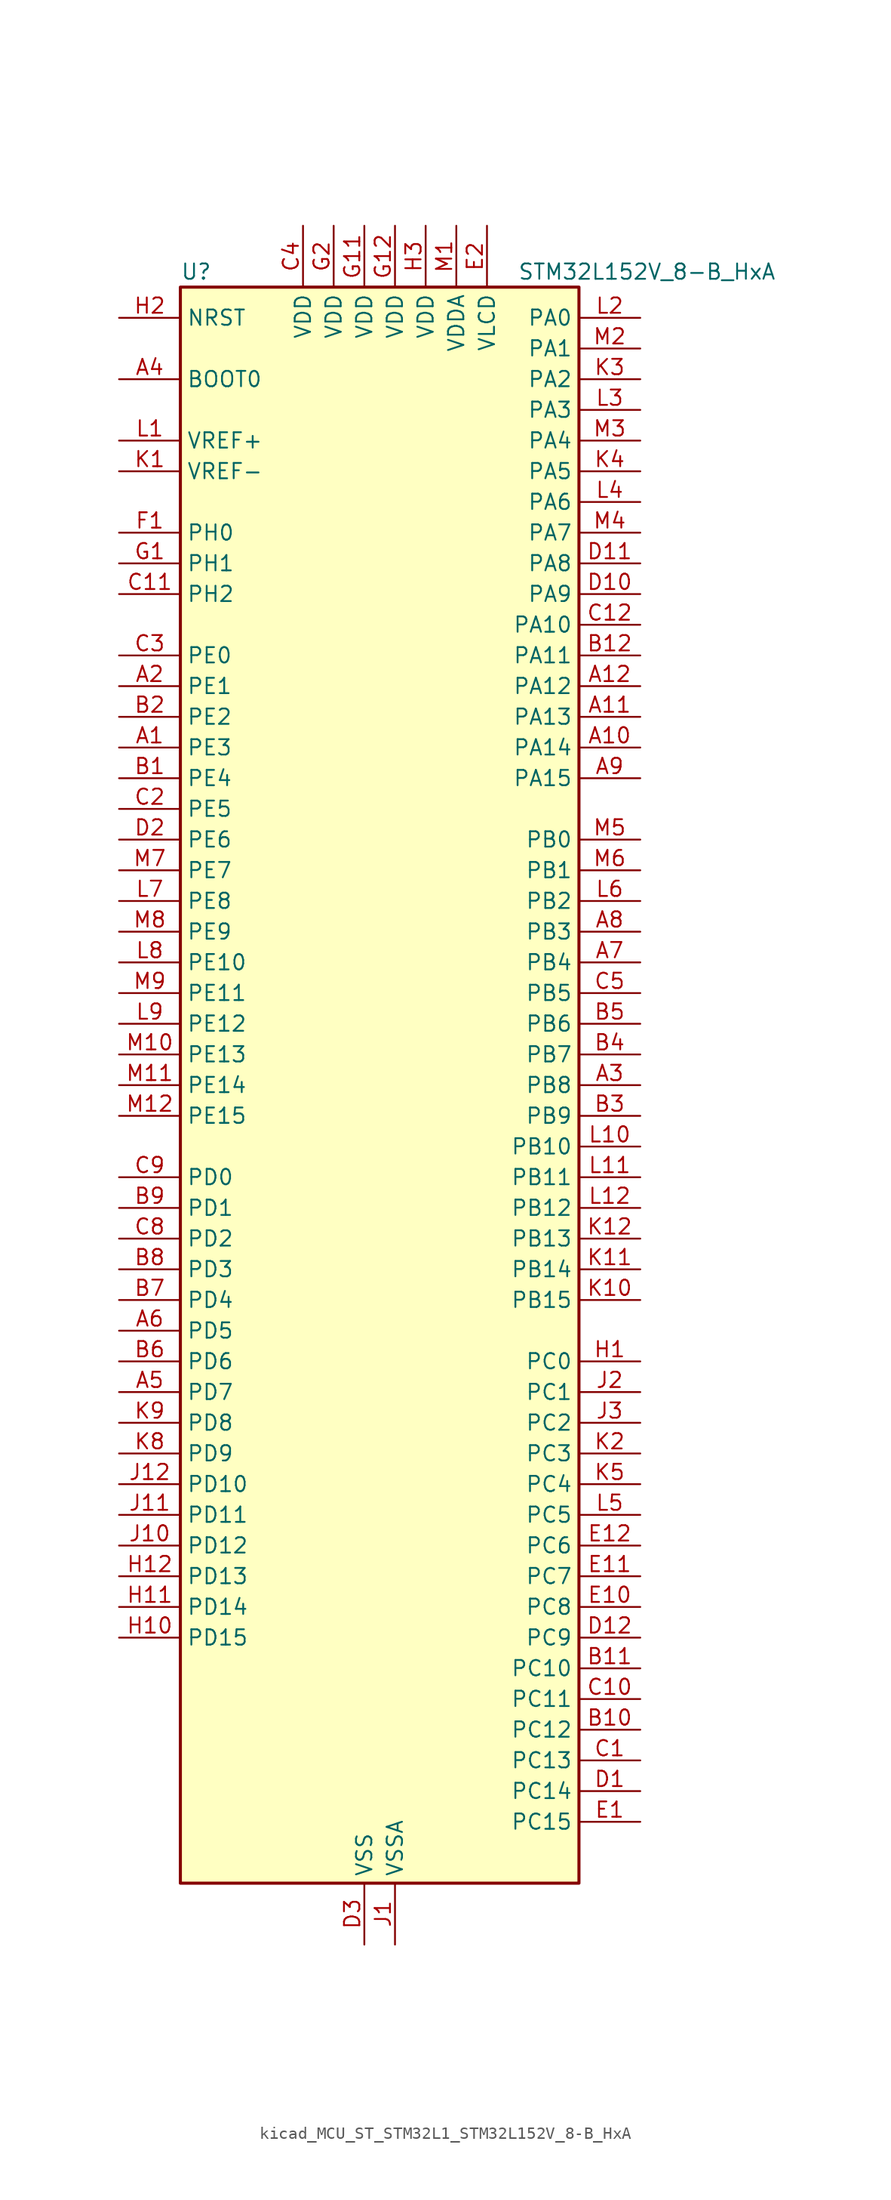
<source format=kicad_sym>
(kicad_symbol_lib
  (version 20220914)
  (generator kicad_symbol_editor)
  (symbol "kicad_MCU_ST_STM32L1_STM32L152V_8-B_HxA"
    (property "Reference" "U"
      (at -15.24 67.31 0)
      (effects (font (size 1.27 1.27)) (justify left)))
    (property "Value" "STM32L152V_8-B_HxA"
      (at 12.7 67.31 0)
      (effects (font (size 1.27 1.27)) (justify left)))
    (property "ki_locked" ""
      (at 0 0 0)
      (effects (font (size 1.27 1.27))))
    (symbol "kicad_MCU_ST_STM32L1_STM32L152V_8-B_HxA_0_1"
      (rectangle (start -15.24 -66.04) (end 17.78 66.04) (stroke (width 0.254) (type default)) (fill (type background))))
    (symbol "kicad_MCU_ST_STM32L1_STM32L152V_8-B_HxA_1_1"
      (pin bidirectional line (at -20.32 27.94 0) (length 5.08) (name "PE3" (effects (font (size 1.27 1.27)))) (number "A1" (effects (font (size 1.27 1.27)))) (alternate "LCD_SEG39" bidirectional line) (alternate "SYS_TRACED0" bidirectional line) (alternate "TIM3_CH1" bidirectional line) (alternate "TIMX_IC4" bidirectional line))
      (pin bidirectional line (at 22.86 27.94 180) (length 5.08) (name "PA14" (effects (font (size 1.27 1.27)))) (number "A10" (effects (font (size 1.27 1.27)))) (alternate "SYS_JTCK-SWCLK" bidirectional line) (alternate "TIMX_IC3" bidirectional line) (alternate "TS_G5_IO2" bidirectional line))
      (pin bidirectional line (at 22.86 30.48 180) (length 5.08) (name "PA13" (effects (font (size 1.27 1.27)))) (number "A11" (effects (font (size 1.27 1.27)))) (alternate "SYS_JTMS-SWDIO" bidirectional line) (alternate "TIMX_IC2" bidirectional line) (alternate "TS_G5_IO1" bidirectional line))
      (pin bidirectional line (at 22.86 33.02 180) (length 5.08) (name "PA12" (effects (font (size 1.27 1.27)))) (number "A12" (effects (font (size 1.27 1.27)))) (alternate "SPI1_MOSI" bidirectional line) (alternate "TIMX_IC1" bidirectional line) (alternate "USART1_RTS" bidirectional line) (alternate "USB_DP" bidirectional line))
      (pin bidirectional line (at -20.32 33.02 0) (length 5.08) (name "PE1" (effects (font (size 1.27 1.27)))) (number "A2" (effects (font (size 1.27 1.27)))) (alternate "LCD_SEG37" bidirectional line) (alternate "TIM11_CH1" bidirectional line) (alternate "TIMX_IC2" bidirectional line))
      (pin bidirectional line (at 22.86 0 180) (length 5.08) (name "PB8" (effects (font (size 1.27 1.27)))) (number "A3" (effects (font (size 1.27 1.27)))) (alternate "I2C1_SCL" bidirectional line) (alternate "LCD_SEG16" bidirectional line) (alternate "TIM10_CH1" bidirectional line) (alternate "TIM4_CH3" bidirectional line))
      (pin input line (at -20.32 58.42 0) (length 5.08) (name "BOOT0" (effects (font (size 1.27 1.27)))) (number "A4" (effects (font (size 1.27 1.27)))))
      (pin bidirectional line (at -20.32 -25.4 0) (length 5.08) (name "PD7" (effects (font (size 1.27 1.27)))) (number "A5" (effects (font (size 1.27 1.27)))) (alternate "TIM9_CH2" bidirectional line) (alternate "TIMX_IC4" bidirectional line) (alternate "USART2_CK" bidirectional line))
      (pin bidirectional line (at -20.32 -20.32 0) (length 5.08) (name "PD5" (effects (font (size 1.27 1.27)))) (number "A6" (effects (font (size 1.27 1.27)))) (alternate "TIMX_IC2" bidirectional line) (alternate "USART2_TX" bidirectional line))
      (pin bidirectional line (at 22.86 10.16 180) (length 5.08) (name "PB4" (effects (font (size 1.27 1.27)))) (number "A7" (effects (font (size 1.27 1.27)))) (alternate "COMP2_INP" bidirectional line) (alternate "LCD_SEG8" bidirectional line) (alternate "SPI1_MISO" bidirectional line) (alternate "SYS_JTRST" bidirectional line) (alternate "TIM3_CH1" bidirectional line) (alternate "TS_G6_IO1" bidirectional line))
      (pin bidirectional line (at 22.86 12.7 180) (length 5.08) (name "PB3" (effects (font (size 1.27 1.27)))) (number "A8" (effects (font (size 1.27 1.27)))) (alternate "COMP2_INM" bidirectional line) (alternate "LCD_SEG7" bidirectional line) (alternate "SPI1_SCK" bidirectional line) (alternate "SYS_JTDO-TRACESWO" bidirectional line) (alternate "TIM2_CH2" bidirectional line))
      (pin bidirectional line (at 22.86 25.4 180) (length 5.08) (name "PA15" (effects (font (size 1.27 1.27)))) (number "A9" (effects (font (size 1.27 1.27)))) (alternate "ADC_EXTI15" bidirectional line) (alternate "LCD_SEG17" bidirectional line) (alternate "SPI1_NSS" bidirectional line) (alternate "SYS_JTDI" bidirectional line) (alternate "TIM2_CH1" bidirectional line) (alternate "TIM2_ETR" bidirectional line) (alternate "TIMX_IC4" bidirectional line) (alternate "TS_G5_IO3" bidirectional line))
      (pin bidirectional line (at -20.32 25.4 0) (length 5.08) (name "PE4" (effects (font (size 1.27 1.27)))) (number "B1" (effects (font (size 1.27 1.27)))) (alternate "SYS_TRACED1" bidirectional line) (alternate "TIM3_CH2" bidirectional line) (alternate "TIMX_IC1" bidirectional line))
      (pin bidirectional line (at 22.86 -53.34 180) (length 5.08) (name "PC12" (effects (font (size 1.27 1.27)))) (number "B10" (effects (font (size 1.27 1.27)))) (alternate "LCD_COM6" bidirectional line) (alternate "LCD_SEG30" bidirectional line) (alternate "LCD_SEG42" bidirectional line) (alternate "TIMX_IC1" bidirectional line) (alternate "USART3_CK" bidirectional line))
      (pin bidirectional line (at 22.86 -48.26 180) (length 5.08) (name "PC10" (effects (font (size 1.27 1.27)))) (number "B11" (effects (font (size 1.27 1.27)))) (alternate "LCD_COM4" bidirectional line) (alternate "LCD_SEG28" bidirectional line) (alternate "LCD_SEG40" bidirectional line) (alternate "TIMX_IC3" bidirectional line) (alternate "USART3_TX" bidirectional line))
      (pin bidirectional line (at 22.86 35.56 180) (length 5.08) (name "PA11" (effects (font (size 1.27 1.27)))) (number "B12" (effects (font (size 1.27 1.27)))) (alternate "ADC_EXTI11" bidirectional line) (alternate "SPI1_MISO" bidirectional line) (alternate "TIMX_IC4" bidirectional line) (alternate "USART1_CTS" bidirectional line) (alternate "USB_DM" bidirectional line))
      (pin bidirectional line (at -20.32 30.48 0) (length 5.08) (name "PE2" (effects (font (size 1.27 1.27)))) (number "B2" (effects (font (size 1.27 1.27)))) (alternate "LCD_SEG38" bidirectional line) (alternate "SYS_TRACECK" bidirectional line) (alternate "TIM3_ETR" bidirectional line) (alternate "TIMX_IC3" bidirectional line))
      (pin bidirectional line (at 22.86 -2.54 180) (length 5.08) (name "PB9" (effects (font (size 1.27 1.27)))) (number "B3" (effects (font (size 1.27 1.27)))) (alternate "DAC_EXTI9" bidirectional line) (alternate "I2C1_SDA" bidirectional line) (alternate "LCD_COM3" bidirectional line) (alternate "TIM11_CH1" bidirectional line) (alternate "TIM4_CH4" bidirectional line))
      (pin bidirectional line (at 22.86 2.54 180) (length 5.08) (name "PB7" (effects (font (size 1.27 1.27)))) (number "B4" (effects (font (size 1.27 1.27)))) (alternate "I2C1_SDA" bidirectional line) (alternate "SYS_PVD_IN" bidirectional line) (alternate "TIM4_CH2" bidirectional line) (alternate "TS_G6_IO4" bidirectional line) (alternate "USART1_RX" bidirectional line))
      (pin bidirectional line (at 22.86 5.08 180) (length 5.08) (name "PB6" (effects (font (size 1.27 1.27)))) (number "B5" (effects (font (size 1.27 1.27)))) (alternate "I2C1_SCL" bidirectional line) (alternate "TIM4_CH1" bidirectional line) (alternate "TS_G6_IO3" bidirectional line) (alternate "USART1_TX" bidirectional line))
      (pin bidirectional line (at -20.32 -22.86 0) (length 5.08) (name "PD6" (effects (font (size 1.27 1.27)))) (number "B6" (effects (font (size 1.27 1.27)))) (alternate "TIMX_IC3" bidirectional line) (alternate "USART2_RX" bidirectional line))
      (pin bidirectional line (at -20.32 -17.78 0) (length 5.08) (name "PD4" (effects (font (size 1.27 1.27)))) (number "B7" (effects (font (size 1.27 1.27)))) (alternate "SPI2_MOSI" bidirectional line) (alternate "TIMX_IC1" bidirectional line) (alternate "USART2_RTS" bidirectional line))
      (pin bidirectional line (at -20.32 -15.24 0) (length 5.08) (name "PD3" (effects (font (size 1.27 1.27)))) (number "B8" (effects (font (size 1.27 1.27)))) (alternate "SPI2_MISO" bidirectional line) (alternate "TIMX_IC4" bidirectional line) (alternate "USART2_CTS" bidirectional line))
      (pin bidirectional line (at -20.32 -10.16 0) (length 5.08) (name "PD1" (effects (font (size 1.27 1.27)))) (number "B9" (effects (font (size 1.27 1.27)))) (alternate "SPI2_SCK" bidirectional line) (alternate "TIMX_IC2" bidirectional line))
      (pin bidirectional line (at 22.86 -55.88 180) (length 5.08) (name "PC13" (effects (font (size 1.27 1.27)))) (number "C1" (effects (font (size 1.27 1.27)))) (alternate "RTC_OUT_ALARM" bidirectional line) (alternate "RTC_OUT_CALIB" bidirectional line) (alternate "RTC_TAMP1" bidirectional line) (alternate "RTC_TS" bidirectional line) (alternate "SYS_WKUP2" bidirectional line) (alternate "TIMX_IC2" bidirectional line))
      (pin bidirectional line (at 22.86 -50.8 180) (length 5.08) (name "PC11" (effects (font (size 1.27 1.27)))) (number "C10" (effects (font (size 1.27 1.27)))) (alternate "ADC_EXTI11" bidirectional line) (alternate "LCD_COM5" bidirectional line) (alternate "LCD_SEG29" bidirectional line) (alternate "LCD_SEG41" bidirectional line) (alternate "TIMX_IC4" bidirectional line) (alternate "USART3_RX" bidirectional line))
      (pin bidirectional line (at -20.32 40.64 0) (length 5.08) (name "PH2" (effects (font (size 1.27 1.27)))) (number "C11" (effects (font (size 1.27 1.27)))))
      (pin bidirectional line (at 22.86 38.1 180) (length 5.08) (name "PA10" (effects (font (size 1.27 1.27)))) (number "C12" (effects (font (size 1.27 1.27)))) (alternate "LCD_COM2" bidirectional line) (alternate "TIMX_IC3" bidirectional line) (alternate "TS_G4_IO3" bidirectional line) (alternate "USART1_RX" bidirectional line))
      (pin bidirectional line (at -20.32 22.86 0) (length 5.08) (name "PE5" (effects (font (size 1.27 1.27)))) (number "C2" (effects (font (size 1.27 1.27)))) (alternate "SYS_TRACED2" bidirectional line) (alternate "TIM9_CH1" bidirectional line) (alternate "TIMX_IC2" bidirectional line))
      (pin bidirectional line (at -20.32 35.56 0) (length 5.08) (name "PE0" (effects (font (size 1.27 1.27)))) (number "C3" (effects (font (size 1.27 1.27)))) (alternate "LCD_SEG36" bidirectional line) (alternate "TIM10_CH1" bidirectional line) (alternate "TIM4_ETR" bidirectional line) (alternate "TIMX_IC1" bidirectional line))
      (pin power_in line (at -5.08 71.12 270) (length 5.08) (name "VDD" (effects (font (size 1.27 1.27)))) (number "C4" (effects (font (size 1.27 1.27)))))
      (pin bidirectional line (at 22.86 7.62 180) (length 5.08) (name "PB5" (effects (font (size 1.27 1.27)))) (number "C5" (effects (font (size 1.27 1.27)))) (alternate "COMP2_INP" bidirectional line) (alternate "I2C1_SMBA" bidirectional line) (alternate "LCD_SEG9" bidirectional line) (alternate "SPI1_MOSI" bidirectional line) (alternate "TIM3_CH2" bidirectional line) (alternate "TS_G6_IO2" bidirectional line))
      (pin bidirectional line (at -20.32 -12.7 0) (length 5.08) (name "PD2" (effects (font (size 1.27 1.27)))) (number "C8" (effects (font (size 1.27 1.27)))) (alternate "LCD_COM7" bidirectional line) (alternate "LCD_SEG31" bidirectional line) (alternate "LCD_SEG43" bidirectional line) (alternate "TIM3_ETR" bidirectional line) (alternate "TIMX_IC3" bidirectional line))
      (pin bidirectional line (at -20.32 -7.62 0) (length 5.08) (name "PD0" (effects (font (size 1.27 1.27)))) (number "C9" (effects (font (size 1.27 1.27)))) (alternate "SPI2_NSS" bidirectional line) (alternate "TIM9_CH1" bidirectional line) (alternate "TIMX_IC1" bidirectional line))
      (pin bidirectional line (at 22.86 -58.42 180) (length 5.08) (name "PC14" (effects (font (size 1.27 1.27)))) (number "D1" (effects (font (size 1.27 1.27)))) (alternate "RCC_OSC32_IN" bidirectional line) (alternate "TIMX_IC3" bidirectional line))
      (pin bidirectional line (at 22.86 40.64 180) (length 5.08) (name "PA9" (effects (font (size 1.27 1.27)))) (number "D10" (effects (font (size 1.27 1.27)))) (alternate "DAC_EXTI9" bidirectional line) (alternate "LCD_COM1" bidirectional line) (alternate "TIMX_IC2" bidirectional line) (alternate "TS_G4_IO2" bidirectional line) (alternate "USART1_TX" bidirectional line))
      (pin bidirectional line (at 22.86 43.18 180) (length 5.08) (name "PA8" (effects (font (size 1.27 1.27)))) (number "D11" (effects (font (size 1.27 1.27)))) (alternate "LCD_COM0" bidirectional line) (alternate "RCC_MCO" bidirectional line) (alternate "TIMX_IC1" bidirectional line) (alternate "TS_G4_IO1" bidirectional line) (alternate "USART1_CK" bidirectional line))
      (pin bidirectional line (at 22.86 -45.72 180) (length 5.08) (name "PC9" (effects (font (size 1.27 1.27)))) (number "D12" (effects (font (size 1.27 1.27)))) (alternate "DAC_EXTI9" bidirectional line) (alternate "LCD_SEG27" bidirectional line) (alternate "TIM3_CH4" bidirectional line) (alternate "TIMX_IC2" bidirectional line) (alternate "TS_G10_IO4" bidirectional line))
      (pin bidirectional line (at -20.32 20.32 0) (length 5.08) (name "PE6" (effects (font (size 1.27 1.27)))) (number "D2" (effects (font (size 1.27 1.27)))) (alternate "RTC_TAMP3" bidirectional line) (alternate "SYS_TRACED3" bidirectional line) (alternate "SYS_WKUP3" bidirectional line) (alternate "TIM9_CH2" bidirectional line) (alternate "TIMX_IC3" bidirectional line))
      (pin power_in line (at 0 -71.12 90) (length 5.08) (name "VSS" (effects (font (size 1.27 1.27)))) (number "D3" (effects (font (size 1.27 1.27)))))
      (pin bidirectional line (at 22.86 -60.96 180) (length 5.08) (name "PC15" (effects (font (size 1.27 1.27)))) (number "E1" (effects (font (size 1.27 1.27)))) (alternate "ADC_EXTI15" bidirectional line) (alternate "RCC_OSC32_OUT" bidirectional line) (alternate "TIMX_IC4" bidirectional line))
      (pin bidirectional line (at 22.86 -43.18 180) (length 5.08) (name "PC8" (effects (font (size 1.27 1.27)))) (number "E10" (effects (font (size 1.27 1.27)))) (alternate "LCD_SEG26" bidirectional line) (alternate "TIM3_CH3" bidirectional line) (alternate "TIMX_IC1" bidirectional line) (alternate "TS_G10_IO3" bidirectional line))
      (pin bidirectional line (at 22.86 -40.64 180) (length 5.08) (name "PC7" (effects (font (size 1.27 1.27)))) (number "E11" (effects (font (size 1.27 1.27)))) (alternate "LCD_SEG25" bidirectional line) (alternate "TIM3_CH2" bidirectional line) (alternate "TIMX_IC4" bidirectional line) (alternate "TS_G10_IO2" bidirectional line))
      (pin bidirectional line (at 22.86 -38.1 180) (length 5.08) (name "PC6" (effects (font (size 1.27 1.27)))) (number "E12" (effects (font (size 1.27 1.27)))) (alternate "LCD_SEG24" bidirectional line) (alternate "TIM3_CH1" bidirectional line) (alternate "TIMX_IC3" bidirectional line) (alternate "TS_G10_IO1" bidirectional line))
      (pin power_in line (at 10.16 71.12 270) (length 5.08) (name "VLCD" (effects (font (size 1.27 1.27)))) (number "E2" (effects (font (size 1.27 1.27)))))
      (pin passive line (at 0 -71.12 90) (length 5.08) hide (name "VSS" (effects (font (size 1.27 1.27)))) (number "E3" (effects (font (size 1.27 1.27)))))
      (pin bidirectional line (at -20.32 45.72 0) (length 5.08) (name "PH0" (effects (font (size 1.27 1.27)))) (number "F1" (effects (font (size 1.27 1.27)))) (alternate "RCC_OSC_IN" bidirectional line))
      (pin passive line (at 0 -71.12 90) (length 5.08) hide (name "VSS" (effects (font (size 1.27 1.27)))) (number "F11" (effects (font (size 1.27 1.27)))))
      (pin passive line (at 0 -71.12 90) (length 5.08) hide (name "VSS" (effects (font (size 1.27 1.27)))) (number "F12" (effects (font (size 1.27 1.27)))))
      (pin passive line (at 0 -71.12 90) (length 5.08) hide (name "VSS" (effects (font (size 1.27 1.27)))) (number "F2" (effects (font (size 1.27 1.27)))))
      (pin bidirectional line (at -20.32 43.18 0) (length 5.08) (name "PH1" (effects (font (size 1.27 1.27)))) (number "G1" (effects (font (size 1.27 1.27)))) (alternate "RCC_OSC_OUT" bidirectional line))
      (pin power_in line (at 0 71.12 270) (length 5.08) (name "VDD" (effects (font (size 1.27 1.27)))) (number "G11" (effects (font (size 1.27 1.27)))))
      (pin power_in line (at 2.54 71.12 270) (length 5.08) (name "VDD" (effects (font (size 1.27 1.27)))) (number "G12" (effects (font (size 1.27 1.27)))))
      (pin power_in line (at -2.54 71.12 270) (length 5.08) (name "VDD" (effects (font (size 1.27 1.27)))) (number "G2" (effects (font (size 1.27 1.27)))))
      (pin bidirectional line (at 22.86 -22.86 180) (length 5.08) (name "PC0" (effects (font (size 1.27 1.27)))) (number "H1" (effects (font (size 1.27 1.27)))) (alternate "ADC_IN10" bidirectional line) (alternate "COMP1_INP" bidirectional line) (alternate "LCD_SEG18" bidirectional line) (alternate "TIMX_IC1" bidirectional line) (alternate "TS_G8_IO1" bidirectional line))
      (pin bidirectional line (at -20.32 -45.72 0) (length 5.08) (name "PD15" (effects (font (size 1.27 1.27)))) (number "H10" (effects (font (size 1.27 1.27)))) (alternate "ADC_EXTI15" bidirectional line) (alternate "LCD_SEG35" bidirectional line) (alternate "TIM4_CH4" bidirectional line) (alternate "TIMX_IC4" bidirectional line))
      (pin bidirectional line (at -20.32 -43.18 0) (length 5.08) (name "PD14" (effects (font (size 1.27 1.27)))) (number "H11" (effects (font (size 1.27 1.27)))) (alternate "LCD_SEG34" bidirectional line) (alternate "TIM4_CH3" bidirectional line) (alternate "TIMX_IC3" bidirectional line))
      (pin bidirectional line (at -20.32 -40.64 0) (length 5.08) (name "PD13" (effects (font (size 1.27 1.27)))) (number "H12" (effects (font (size 1.27 1.27)))) (alternate "LCD_SEG33" bidirectional line) (alternate "TIM4_CH2" bidirectional line) (alternate "TIMX_IC2" bidirectional line))
      (pin input line (at -20.32 63.5 0) (length 5.08) (name "NRST" (effects (font (size 1.27 1.27)))) (number "H2" (effects (font (size 1.27 1.27)))))
      (pin power_in line (at 5.08 71.12 270) (length 5.08) (name "VDD" (effects (font (size 1.27 1.27)))) (number "H3" (effects (font (size 1.27 1.27)))))
      (pin power_in line (at 2.54 -71.12 90) (length 5.08) (name "VSSA" (effects (font (size 1.27 1.27)))) (number "J1" (effects (font (size 1.27 1.27)))))
      (pin bidirectional line (at -20.32 -38.1 0) (length 5.08) (name "PD12" (effects (font (size 1.27 1.27)))) (number "J10" (effects (font (size 1.27 1.27)))) (alternate "LCD_SEG32" bidirectional line) (alternate "TIM4_CH1" bidirectional line) (alternate "TIMX_IC1" bidirectional line) (alternate "USART3_RTS" bidirectional line))
      (pin bidirectional line (at -20.32 -35.56 0) (length 5.08) (name "PD11" (effects (font (size 1.27 1.27)))) (number "J11" (effects (font (size 1.27 1.27)))) (alternate "ADC_EXTI11" bidirectional line) (alternate "LCD_SEG31" bidirectional line) (alternate "TIMX_IC4" bidirectional line) (alternate "USART3_CTS" bidirectional line))
      (pin bidirectional line (at -20.32 -33.02 0) (length 5.08) (name "PD10" (effects (font (size 1.27 1.27)))) (number "J12" (effects (font (size 1.27 1.27)))) (alternate "LCD_SEG30" bidirectional line) (alternate "TIMX_IC3" bidirectional line) (alternate "USART3_CK" bidirectional line))
      (pin bidirectional line (at 22.86 -25.4 180) (length 5.08) (name "PC1" (effects (font (size 1.27 1.27)))) (number "J2" (effects (font (size 1.27 1.27)))) (alternate "ADC_IN11" bidirectional line) (alternate "COMP1_INP" bidirectional line) (alternate "LCD_SEG19" bidirectional line) (alternate "TIMX_IC2" bidirectional line) (alternate "TS_G8_IO2" bidirectional line))
      (pin bidirectional line (at 22.86 -27.94 180) (length 5.08) (name "PC2" (effects (font (size 1.27 1.27)))) (number "J3" (effects (font (size 1.27 1.27)))) (alternate "ADC_IN12" bidirectional line) (alternate "COMP1_INP" bidirectional line) (alternate "LCD_SEG20" bidirectional line) (alternate "TIMX_IC3" bidirectional line) (alternate "TS_G8_IO3" bidirectional line))
      (pin input line (at -20.32 50.8 0) (length 5.08) (name "VREF-" (effects (font (size 1.27 1.27)))) (number "K1" (effects (font (size 1.27 1.27)))))
      (pin bidirectional line (at 22.86 -17.78 180) (length 5.08) (name "PB15" (effects (font (size 1.27 1.27)))) (number "K10" (effects (font (size 1.27 1.27)))) (alternate "ADC_EXTI15" bidirectional line) (alternate "ADC_IN21" bidirectional line) (alternate "COMP1_INP" bidirectional line) (alternate "LCD_SEG15" bidirectional line) (alternate "RTC_REFIN" bidirectional line) (alternate "SPI2_MOSI" bidirectional line) (alternate "TIM11_CH1" bidirectional line) (alternate "TS_G7_IO4" bidirectional line))
      (pin bidirectional line (at 22.86 -15.24 180) (length 5.08) (name "PB14" (effects (font (size 1.27 1.27)))) (number "K11" (effects (font (size 1.27 1.27)))) (alternate "ADC_IN20" bidirectional line) (alternate "COMP1_INP" bidirectional line) (alternate "LCD_SEG14" bidirectional line) (alternate "SPI2_MISO" bidirectional line) (alternate "TIM9_CH2" bidirectional line) (alternate "TS_G7_IO3" bidirectional line) (alternate "USART3_RTS" bidirectional line))
      (pin bidirectional line (at 22.86 -12.7 180) (length 5.08) (name "PB13" (effects (font (size 1.27 1.27)))) (number "K12" (effects (font (size 1.27 1.27)))) (alternate "ADC_IN19" bidirectional line) (alternate "COMP1_INP" bidirectional line) (alternate "LCD_SEG13" bidirectional line) (alternate "SPI2_SCK" bidirectional line) (alternate "TIM9_CH1" bidirectional line) (alternate "TS_G7_IO2" bidirectional line) (alternate "USART3_CTS" bidirectional line))
      (pin bidirectional line (at 22.86 -30.48 180) (length 5.08) (name "PC3" (effects (font (size 1.27 1.27)))) (number "K2" (effects (font (size 1.27 1.27)))) (alternate "ADC_IN13" bidirectional line) (alternate "COMP1_INP" bidirectional line) (alternate "LCD_SEG21" bidirectional line) (alternate "TIMX_IC4" bidirectional line) (alternate "TS_G8_IO4" bidirectional line))
      (pin bidirectional line (at 22.86 58.42 180) (length 5.08) (name "PA2" (effects (font (size 1.27 1.27)))) (number "K3" (effects (font (size 1.27 1.27)))) (alternate "ADC_IN2" bidirectional line) (alternate "COMP1_INP" bidirectional line) (alternate "LCD_SEG1" bidirectional line) (alternate "TIM2_CH3" bidirectional line) (alternate "TIM9_CH1" bidirectional line) (alternate "TIMX_IC3" bidirectional line) (alternate "TS_G1_IO3" bidirectional line) (alternate "USART2_TX" bidirectional line))
      (pin bidirectional line (at 22.86 50.8 180) (length 5.08) (name "PA5" (effects (font (size 1.27 1.27)))) (number "K4" (effects (font (size 1.27 1.27)))) (alternate "ADC_IN5" bidirectional line) (alternate "COMP1_INP" bidirectional line) (alternate "DAC_OUT2" bidirectional line) (alternate "SPI1_SCK" bidirectional line) (alternate "TIM2_CH1" bidirectional line) (alternate "TIM2_ETR" bidirectional line) (alternate "TIMX_IC2" bidirectional line))
      (pin bidirectional line (at 22.86 -33.02 180) (length 5.08) (name "PC4" (effects (font (size 1.27 1.27)))) (number "K5" (effects (font (size 1.27 1.27)))) (alternate "ADC_IN14" bidirectional line) (alternate "COMP1_INP" bidirectional line) (alternate "LCD_SEG22" bidirectional line) (alternate "TIMX_IC1" bidirectional line) (alternate "TS_G9_IO1" bidirectional line))
      (pin bidirectional line (at -20.32 -30.48 0) (length 5.08) (name "PD9" (effects (font (size 1.27 1.27)))) (number "K8" (effects (font (size 1.27 1.27)))) (alternate "DAC_EXTI9" bidirectional line) (alternate "LCD_SEG29" bidirectional line) (alternate "TIMX_IC2" bidirectional line) (alternate "USART3_RX" bidirectional line))
      (pin bidirectional line (at -20.32 -27.94 0) (length 5.08) (name "PD8" (effects (font (size 1.27 1.27)))) (number "K9" (effects (font (size 1.27 1.27)))) (alternate "LCD_SEG28" bidirectional line) (alternate "TIMX_IC1" bidirectional line) (alternate "USART3_TX" bidirectional line))
      (pin input line (at -20.32 53.34 0) (length 5.08) (name "VREF+" (effects (font (size 1.27 1.27)))) (number "L1" (effects (font (size 1.27 1.27)))))
      (pin bidirectional line (at 22.86 -5.08 180) (length 5.08) (name "PB10" (effects (font (size 1.27 1.27)))) (number "L10" (effects (font (size 1.27 1.27)))) (alternate "I2C2_SCL" bidirectional line) (alternate "LCD_SEG10" bidirectional line) (alternate "TIM2_CH3" bidirectional line) (alternate "USART3_TX" bidirectional line))
      (pin bidirectional line (at 22.86 -7.62 180) (length 5.08) (name "PB11" (effects (font (size 1.27 1.27)))) (number "L11" (effects (font (size 1.27 1.27)))) (alternate "ADC_EXTI11" bidirectional line) (alternate "I2C2_SDA" bidirectional line) (alternate "LCD_SEG11" bidirectional line) (alternate "TIM2_CH4" bidirectional line) (alternate "USART3_RX" bidirectional line))
      (pin bidirectional line (at 22.86 -10.16 180) (length 5.08) (name "PB12" (effects (font (size 1.27 1.27)))) (number "L12" (effects (font (size 1.27 1.27)))) (alternate "ADC_IN18" bidirectional line) (alternate "COMP1_INP" bidirectional line) (alternate "I2C2_SMBA" bidirectional line) (alternate "LCD_SEG12" bidirectional line) (alternate "SPI2_NSS" bidirectional line) (alternate "TIM10_CH1" bidirectional line) (alternate "TS_G7_IO1" bidirectional line) (alternate "USART3_CK" bidirectional line))
      (pin bidirectional line (at 22.86 63.5 180) (length 5.08) (name "PA0" (effects (font (size 1.27 1.27)))) (number "L2" (effects (font (size 1.27 1.27)))) (alternate "ADC_IN0" bidirectional line) (alternate "COMP1_INP" bidirectional line) (alternate "RTC_TAMP2" bidirectional line) (alternate "SYS_WKUP1" bidirectional line) (alternate "TIM2_CH1" bidirectional line) (alternate "TIM2_ETR" bidirectional line) (alternate "TIMX_IC1" bidirectional line) (alternate "TS_G1_IO1" bidirectional line) (alternate "USART2_CTS" bidirectional line))
      (pin bidirectional line (at 22.86 55.88 180) (length 5.08) (name "PA3" (effects (font (size 1.27 1.27)))) (number "L3" (effects (font (size 1.27 1.27)))) (alternate "ADC_IN3" bidirectional line) (alternate "COMP1_INP" bidirectional line) (alternate "LCD_SEG2" bidirectional line) (alternate "TIM2_CH4" bidirectional line) (alternate "TIM9_CH2" bidirectional line) (alternate "TIMX_IC4" bidirectional line) (alternate "TS_G1_IO4" bidirectional line) (alternate "USART2_RX" bidirectional line))
      (pin bidirectional line (at 22.86 48.26 180) (length 5.08) (name "PA6" (effects (font (size 1.27 1.27)))) (number "L4" (effects (font (size 1.27 1.27)))) (alternate "ADC_IN6" bidirectional line) (alternate "COMP1_INP" bidirectional line) (alternate "LCD_SEG3" bidirectional line) (alternate "SPI1_MISO" bidirectional line) (alternate "TIM10_CH1" bidirectional line) (alternate "TIM3_CH1" bidirectional line) (alternate "TIMX_IC3" bidirectional line) (alternate "TS_G2_IO1" bidirectional line))
      (pin bidirectional line (at 22.86 -35.56 180) (length 5.08) (name "PC5" (effects (font (size 1.27 1.27)))) (number "L5" (effects (font (size 1.27 1.27)))) (alternate "ADC_IN15" bidirectional line) (alternate "COMP1_INP" bidirectional line) (alternate "LCD_SEG23" bidirectional line) (alternate "TIMX_IC2" bidirectional line) (alternate "TS_G9_IO2" bidirectional line))
      (pin bidirectional line (at 22.86 15.24 180) (length 5.08) (name "PB2" (effects (font (size 1.27 1.27)))) (number "L6" (effects (font (size 1.27 1.27)))) (alternate "TS_G3_IO3" bidirectional line))
      (pin bidirectional line (at -20.32 15.24 0) (length 5.08) (name "PE8" (effects (font (size 1.27 1.27)))) (number "L7" (effects (font (size 1.27 1.27)))) (alternate "ADC_IN23" bidirectional line) (alternate "COMP1_INP" bidirectional line) (alternate "TIMX_IC1" bidirectional line))
      (pin bidirectional line (at -20.32 10.16 0) (length 5.08) (name "PE10" (effects (font (size 1.27 1.27)))) (number "L8" (effects (font (size 1.27 1.27)))) (alternate "ADC_IN25" bidirectional line) (alternate "COMP1_INP" bidirectional line) (alternate "TIM2_CH2" bidirectional line) (alternate "TIMX_IC3" bidirectional line))
      (pin bidirectional line (at -20.32 5.08 0) (length 5.08) (name "PE12" (effects (font (size 1.27 1.27)))) (number "L9" (effects (font (size 1.27 1.27)))) (alternate "SPI1_NSS" bidirectional line) (alternate "TIM2_CH4" bidirectional line) (alternate "TIMX_IC1" bidirectional line))
      (pin power_in line (at 7.62 71.12 270) (length 5.08) (name "VDDA" (effects (font (size 1.27 1.27)))) (number "M1" (effects (font (size 1.27 1.27)))))
      (pin bidirectional line (at -20.32 2.54 0) (length 5.08) (name "PE13" (effects (font (size 1.27 1.27)))) (number "M10" (effects (font (size 1.27 1.27)))) (alternate "SPI1_SCK" bidirectional line) (alternate "TIMX_IC2" bidirectional line))
      (pin bidirectional line (at -20.32 0 0) (length 5.08) (name "PE14" (effects (font (size 1.27 1.27)))) (number "M11" (effects (font (size 1.27 1.27)))) (alternate "SPI1_MISO" bidirectional line) (alternate "TIMX_IC3" bidirectional line))
      (pin bidirectional line (at -20.32 -2.54 0) (length 5.08) (name "PE15" (effects (font (size 1.27 1.27)))) (number "M12" (effects (font (size 1.27 1.27)))) (alternate "ADC_EXTI15" bidirectional line) (alternate "SPI1_MOSI" bidirectional line) (alternate "TIMX_IC4" bidirectional line))
      (pin bidirectional line (at 22.86 60.96 180) (length 5.08) (name "PA1" (effects (font (size 1.27 1.27)))) (number "M2" (effects (font (size 1.27 1.27)))) (alternate "ADC_IN1" bidirectional line) (alternate "COMP1_INP" bidirectional line) (alternate "LCD_SEG0" bidirectional line) (alternate "TIM2_CH2" bidirectional line) (alternate "TIMX_IC2" bidirectional line) (alternate "TS_G1_IO2" bidirectional line) (alternate "USART2_RTS" bidirectional line))
      (pin bidirectional line (at 22.86 53.34 180) (length 5.08) (name "PA4" (effects (font (size 1.27 1.27)))) (number "M3" (effects (font (size 1.27 1.27)))) (alternate "ADC_IN4" bidirectional line) (alternate "COMP1_INP" bidirectional line) (alternate "DAC_OUT1" bidirectional line) (alternate "SPI1_NSS" bidirectional line) (alternate "TIMX_IC1" bidirectional line) (alternate "USART2_CK" bidirectional line))
      (pin bidirectional line (at 22.86 45.72 180) (length 5.08) (name "PA7" (effects (font (size 1.27 1.27)))) (number "M4" (effects (font (size 1.27 1.27)))) (alternate "ADC_IN7" bidirectional line) (alternate "COMP1_INP" bidirectional line) (alternate "LCD_SEG4" bidirectional line) (alternate "SPI1_MOSI" bidirectional line) (alternate "TIM11_CH1" bidirectional line) (alternate "TIM3_CH2" bidirectional line) (alternate "TIMX_IC4" bidirectional line) (alternate "TS_G2_IO2" bidirectional line))
      (pin bidirectional line (at 22.86 20.32 180) (length 5.08) (name "PB0" (effects (font (size 1.27 1.27)))) (number "M5" (effects (font (size 1.27 1.27)))) (alternate "ADC_IN8" bidirectional line) (alternate "COMP1_INP" bidirectional line) (alternate "LCD_SEG5" bidirectional line) (alternate "SYS_V_REF_OUT" bidirectional line) (alternate "TIM3_CH3" bidirectional line) (alternate "TS_G3_IO1" bidirectional line))
      (pin bidirectional line (at 22.86 17.78 180) (length 5.08) (name "PB1" (effects (font (size 1.27 1.27)))) (number "M6" (effects (font (size 1.27 1.27)))) (alternate "ADC_IN9" bidirectional line) (alternate "COMP1_INP" bidirectional line) (alternate "LCD_SEG6" bidirectional line) (alternate "SYS_V_REF_OUT" bidirectional line) (alternate "TIM3_CH4" bidirectional line) (alternate "TS_G3_IO2" bidirectional line))
      (pin bidirectional line (at -20.32 17.78 0) (length 5.08) (name "PE7" (effects (font (size 1.27 1.27)))) (number "M7" (effects (font (size 1.27 1.27)))) (alternate "ADC_IN22" bidirectional line) (alternate "COMP1_INP" bidirectional line) (alternate "TIMX_IC4" bidirectional line))
      (pin bidirectional line (at -20.32 12.7 0) (length 5.08) (name "PE9" (effects (font (size 1.27 1.27)))) (number "M8" (effects (font (size 1.27 1.27)))) (alternate "ADC_IN24" bidirectional line) (alternate "COMP1_INP" bidirectional line) (alternate "DAC_EXTI9" bidirectional line) (alternate "TIM2_CH1" bidirectional line) (alternate "TIM2_ETR" bidirectional line) (alternate "TIMX_IC2" bidirectional line))
      (pin bidirectional line (at -20.32 7.62 0) (length 5.08) (name "PE11" (effects (font (size 1.27 1.27)))) (number "M9" (effects (font (size 1.27 1.27)))) (alternate "ADC_EXTI11" bidirectional line) (alternate "TIM2_CH3" bidirectional line) (alternate "TIMX_IC4" bidirectional line)))))
</source>
